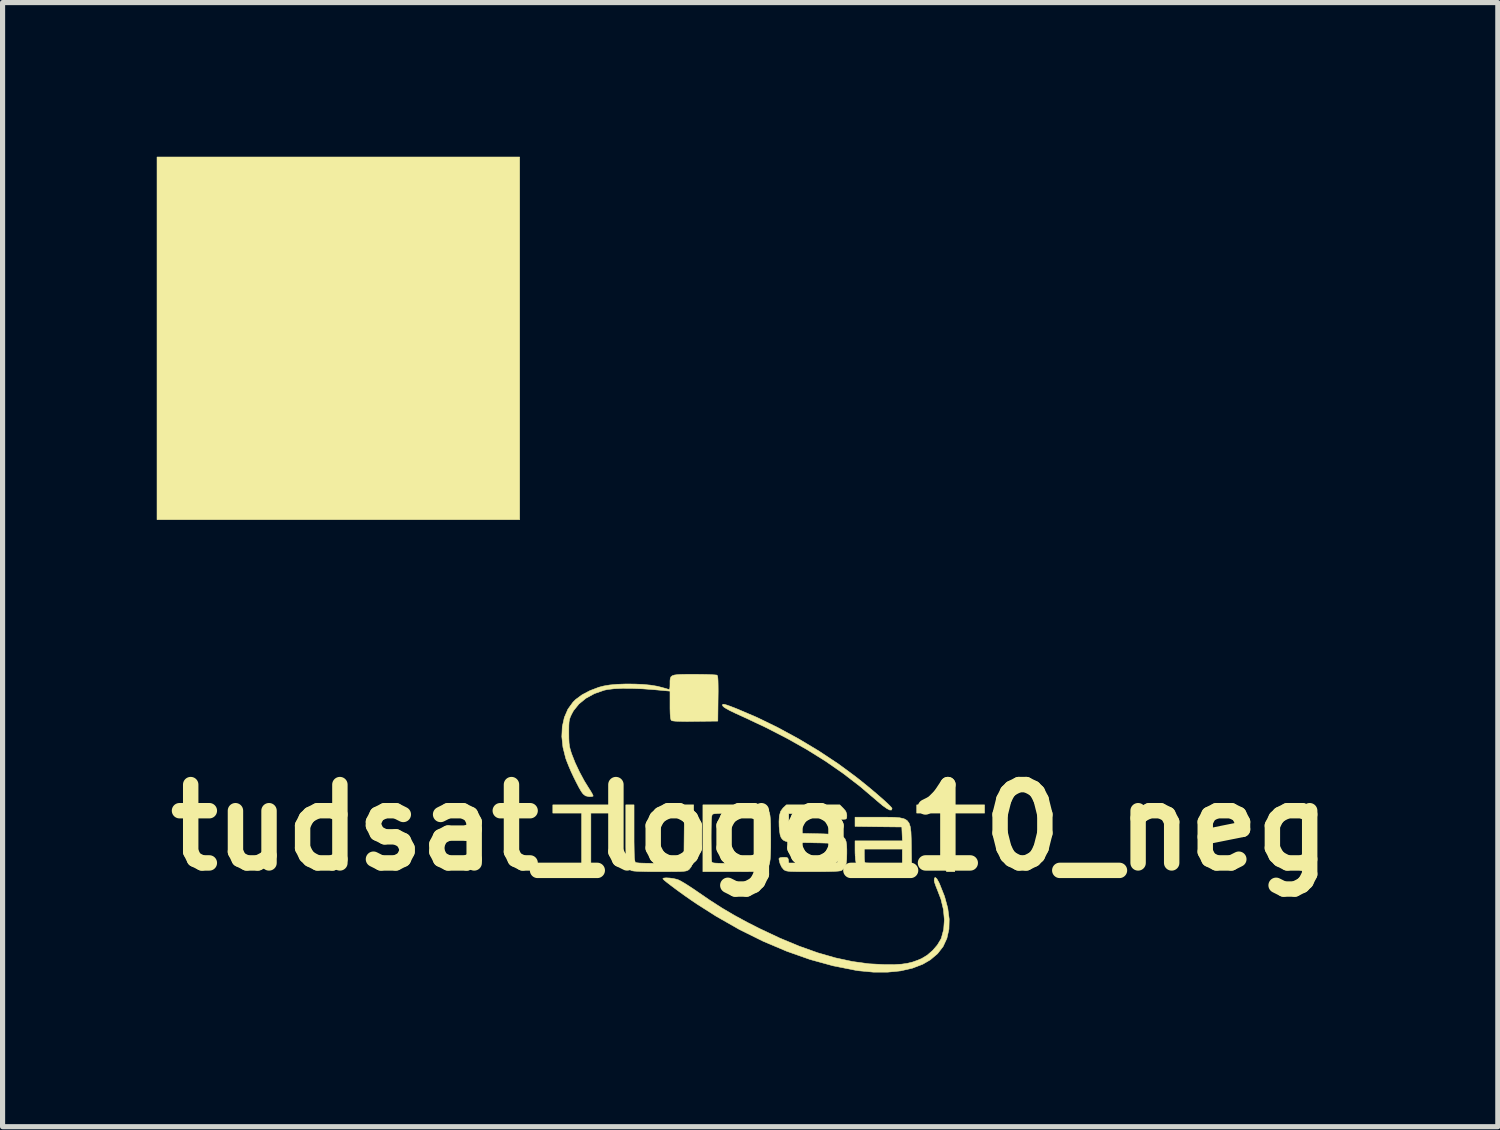
<source format=kicad_pcb>
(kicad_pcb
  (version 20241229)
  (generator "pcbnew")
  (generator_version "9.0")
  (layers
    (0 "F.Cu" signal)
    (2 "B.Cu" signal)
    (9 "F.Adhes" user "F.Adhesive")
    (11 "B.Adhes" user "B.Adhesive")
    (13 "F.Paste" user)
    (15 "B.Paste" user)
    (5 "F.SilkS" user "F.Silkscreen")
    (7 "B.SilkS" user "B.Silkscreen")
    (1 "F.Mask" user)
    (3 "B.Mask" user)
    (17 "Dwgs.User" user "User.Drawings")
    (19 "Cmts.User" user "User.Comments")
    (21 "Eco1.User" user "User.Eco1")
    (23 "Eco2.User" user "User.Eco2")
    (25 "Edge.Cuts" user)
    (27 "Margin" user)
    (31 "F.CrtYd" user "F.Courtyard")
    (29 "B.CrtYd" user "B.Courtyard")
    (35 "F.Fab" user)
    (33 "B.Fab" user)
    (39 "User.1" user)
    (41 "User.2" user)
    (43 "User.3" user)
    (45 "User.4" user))
  (footprint "test"
    (layer "F.Cu")
    (at 3.533 3.533)
    (property "Reference" "test" (at 0 0 0) (layer "F.SilkS") (effects (font (size 1.524 1.524) (thickness 0.3))))
    (attr through_hole)
    (fp_poly (pts (xy 3.528 3.528) (xy -3.528 3.528) (xy -3.528 -3.528) (xy 3.528 -3.528) (xy 3.528 3.528)) (stroke (width 0.01) (type solid)) (fill yes) (layer "F.SilkS")))
  (footprint "tudsat_logo_10_neg"
    (layer "F.Cu")
    (at 11.546 13.05)
    (property "Reference" "tudsat_logo_10_neg" (at 0 0 0) (layer "F.SilkS") (effects (font (size 1.524 1.524) (thickness 0.3))))
    (attr through_hole)
    (fp_poly (pts (xy -2.54 -0.28) (xy -3.1 -0.28) (xy -3.1 0.86) (xy -3.28 0.86) (xy -3.28 -0.28) (xy -3.84 -0.28) (xy -3.84 -0.44) (xy -2.54 -0.44) (xy -2.54 -0.28)) (stroke (width 0.01) (type solid)) (fill yes) (layer "F.SilkS"))
    (fp_poly (pts (xy 4.56 -0.28) (xy 3.98 -0.28) (xy 3.98 0.86) (xy 3.82 0.86) (xy 3.82 -0.28) (xy 3.24 -0.28) (xy 3.24 -0.44) (xy 4.56 -0.44) (xy 4.56 -0.28)) (stroke (width 0.01) (type solid)) (fill yes) (layer "F.SilkS"))
    (fp_poly (pts (xy -0.473 -2.388) (xy -0.408 -2.366) (xy -0.313 -2.33) (xy -0.27 -2.313) (xy 0.127 -2.144) (xy 0.534 -1.946) (xy 0.941 -1.725) (xy 1.338 -1.487) (xy 1.715 -1.237) (xy 2.043 -0.995) (xy 2.165 -0.899) (xy 2.286 -0.801) (xy 2.401 -0.705) (xy 2.507 -0.614) (xy 2.6 -0.533) (xy 2.675 -0.464) (xy 2.729 -0.411) (xy 2.757 -0.378) (xy 2.76 -0.37) (xy 2.749 -0.34) (xy 2.714 -0.34) (xy 2.657 -0.37) (xy 2.574 -0.429) (xy 2.467 -0.519) (xy 2.449 -0.535) (xy 2.136 -0.801) (xy 1.811 -1.051) (xy 1.47 -1.288) (xy 1.108 -1.514) (xy 0.72 -1.733) (xy 0.302 -1.948) (xy -0.151 -2.161) (xy -0.154 -2.162) (xy -0.288 -2.223) (xy -0.39 -2.272) (xy -0.462 -2.311) (xy -0.508 -2.34) (xy -0.533 -2.364) (xy -0.54 -2.383) (xy -0.534 -2.395) (xy -0.514 -2.398) (xy -0.473 -2.388)) (stroke (width 0.01) (type solid)) (fill yes) (layer "F.SilkS"))
    (fp_poly (pts (xy 2.8 -0.198) (xy 2.91 -0.189) (xy 2.993 -0.17) (xy 3.052 -0.136) (xy 3.091 -0.085) (xy 3.115 -0.013) (xy 3.128 0.086) (xy 3.133 0.213) (xy 3.136 0.374) (xy 3.136 0.414) (xy 3.143 0.86) (xy 2.664 0.86) (xy 2.513 0.86) (xy 2.396 0.859) (xy 2.309 0.857) (xy 2.247 0.854) (xy 2.203 0.849) (xy 2.173 0.842) (xy 2.151 0.832) (xy 2.133 0.819) (xy 2.093 0.774) (xy 2.065 0.711) (xy 2.048 0.622) (xy 2.041 0.503) (xy 2.04 0.445) (xy 2.04 0.42) (xy 2.22 0.42) (xy 2.22 0.547) (xy 2.222 0.615) (xy 2.227 0.665) (xy 2.233 0.687) (xy 2.257 0.691) (xy 2.313 0.695) (xy 2.397 0.698) (xy 2.5 0.699) (xy 2.603 0.7) (xy 2.96 0.7) (xy 2.96 0.42) (xy 2.22 0.42) (xy 2.04 0.42) (xy 2.04 0.26) (xy 2.962 0.26) (xy 2.956 0.125) (xy 2.95 -0.01) (xy 2.495 -0.015) (xy 2.04 -0.021) (xy 2.04 -0.2) (xy 2.481 -0.2) (xy 2.658 -0.2) (xy 2.8 -0.198)) (stroke (width 0.01) (type solid)) (fill yes) (layer "F.SilkS"))
    (fp_poly (pts (xy -2.26 0.108) (xy -2.26 0.276) (xy -2.258 0.409) (xy -2.256 0.51) (xy -2.253 0.584) (xy -2.248 0.633) (xy -2.241 0.663) (xy -2.233 0.678) (xy -2.232 0.678) (xy -2.207 0.686) (xy -2.15 0.692) (xy -2.06 0.695) (xy -1.935 0.697) (xy -1.773 0.696) (xy -1.747 0.695) (xy -1.29 0.69) (xy -1.279 -0.44) (xy -1.1 -0.44) (xy -1.1 0.095) (xy -1.101 0.25) (xy -1.103 0.391) (xy -1.107 0.513) (xy -1.111 0.61) (xy -1.116 0.677) (xy -1.121 0.704) (xy -1.149 0.765) (xy -1.189 0.816) (xy -1.193 0.819) (xy -1.211 0.831) (xy -1.232 0.841) (xy -1.261 0.848) (xy -1.303 0.853) (xy -1.363 0.857) (xy -1.447 0.858) (xy -1.559 0.859) (xy -1.703 0.859) (xy -1.768 0.859) (xy -1.943 0.859) (xy -2.081 0.856) (xy -2.185 0.853) (xy -2.258 0.848) (xy -2.303 0.841) (xy -2.321 0.834) (xy -2.349 0.811) (xy -2.371 0.788) (xy -2.388 0.76) (xy -2.4 0.722) (xy -2.409 0.67) (xy -2.415 0.598) (xy -2.418 0.503) (xy -2.42 0.38) (xy -2.42 0.223) (xy -2.42 0.136) (xy -2.42 -0.44) (xy -2.26 -0.44) (xy -2.26 0.108)) (stroke (width 0.01) (type solid)) (fill yes) (layer "F.SilkS"))
    (fp_poly (pts (xy 0.316 -0.381) (xy 0.341 -0.353) (xy 0.361 -0.321) (xy 0.376 -0.281) (xy 0.386 -0.228) (xy 0.393 -0.156) (xy 0.397 -0.059) (xy 0.399 0.067) (xy 0.4 0.227) (xy 0.4 0.23) (xy 0.399 0.393) (xy 0.395 0.52) (xy 0.389 0.618) (xy 0.378 0.692) (xy 0.362 0.745) (xy 0.341 0.784) (xy 0.313 0.814) (xy 0.307 0.819) (xy 0.29 0.831) (xy 0.27 0.84) (xy 0.243 0.847) (xy 0.203 0.852) (xy 0.146 0.856) (xy 0.068 0.858) (xy -0.037 0.859) (xy -0.172 0.86) (xy -0.333 0.86) (xy -0.92 0.86) (xy -0.92 0.201) (xy -0.76 0.201) (xy -0.759 0.33) (xy -0.758 0.448) (xy -0.756 0.546) (xy -0.753 0.62) (xy -0.749 0.662) (xy -0.748 0.669) (xy -0.74 0.679) (xy -0.723 0.687) (xy -0.691 0.692) (xy -0.639 0.695) (xy -0.564 0.697) (xy -0.46 0.697) (xy -0.323 0.696) (xy -0.263 0.695) (xy 0.21 0.69) (xy 0.21 -0.27) (xy -0.247 -0.275) (xy -0.415 -0.277) (xy -0.545 -0.276) (xy -0.64 -0.272) (xy -0.701 -0.267) (xy -0.731 -0.259) (xy -0.732 -0.258) (xy -0.742 -0.242) (xy -0.749 -0.21) (xy -0.754 -0.156) (xy -0.757 -0.076) (xy -0.759 0.034) (xy -0.76 0.179) (xy -0.76 0.201) (xy -0.92 0.201) (xy -0.92 -0.44) (xy 0.257 -0.44) (xy 0.316 -0.381)) (stroke (width 0.01) (type solid)) (fill yes) (layer "F.SilkS"))
    (fp_poly (pts (xy 3.632 0.999) (xy 3.667 1.06) (xy 3.683 1.093) (xy 3.781 1.339) (xy 3.844 1.569) (xy 3.872 1.782) (xy 3.867 1.979) (xy 3.827 2.157) (xy 3.753 2.317) (xy 3.645 2.456) (xy 3.504 2.575) (xy 3.356 2.661) (xy 3.154 2.738) (xy 2.925 2.79) (xy 2.672 2.815) (xy 2.401 2.815) (xy 2.115 2.788) (xy 2.05 2.778) (xy 1.612 2.691) (xy 1.165 2.568) (xy 0.711 2.408) (xy 0.253 2.214) (xy -0.206 1.987) (xy -0.662 1.727) (xy -1.03 1.493) (xy -1.138 1.42) (xy -1.249 1.343) (xy -1.358 1.265) (xy -1.459 1.191) (xy -1.549 1.123) (xy -1.622 1.067) (xy -1.674 1.024) (xy -1.698 0.999) (xy -1.7 0.996) (xy -1.682 0.984) (xy -1.636 0.98) (xy -1.572 0.983) (xy -1.501 0.992) (xy -1.434 1.007) (xy -1.402 1.017) (xy -1.351 1.042) (xy -1.277 1.085) (xy -1.187 1.142) (xy -1.09 1.206) (xy -1.045 1.237) (xy -0.79 1.412) (xy -0.549 1.567) (xy -0.31 1.708) (xy -0.06 1.844) (xy 0.17 1.961) (xy 0.573 2.151) (xy 0.953 2.309) (xy 1.315 2.438) (xy 1.66 2.537) (xy 1.991 2.608) (xy 2.312 2.652) (xy 2.624 2.668) (xy 2.65 2.668) (xy 2.813 2.667) (xy 2.946 2.659) (xy 3.058 2.643) (xy 3.16 2.618) (xy 3.261 2.582) (xy 3.336 2.55) (xy 3.445 2.484) (xy 3.551 2.392) (xy 3.642 2.286) (xy 3.708 2.176) (xy 3.72 2.15) (xy 3.765 1.982) (xy 3.778 1.796) (xy 3.76 1.598) (xy 3.711 1.394) (xy 3.639 1.206) (xy 3.61 1.134) (xy 3.588 1.07) (xy 3.58 1.029) (xy 3.58 1.028) (xy 3.586 0.982) (xy 3.604 0.973) (xy 3.632 0.999)) (stroke (width 0.01) (type solid)) (fill yes) (layer "F.SilkS"))
    (fp_poly (pts (xy 1.812 -0.372) (xy 1.859 -0.316) (xy 1.878 -0.262) (xy 1.88 -0.232) (xy 1.878 -0.186) (xy 1.863 -0.165) (xy 1.825 -0.16) (xy 1.8 -0.16) (xy 1.747 -0.164) (xy 1.724 -0.178) (xy 1.72 -0.198) (xy 1.718 -0.223) (xy 1.707 -0.243) (xy 1.684 -0.257) (xy 1.645 -0.267) (xy 1.584 -0.273) (xy 1.496 -0.276) (xy 1.379 -0.277) (xy 1.226 -0.276) (xy 1.207 -0.275) (xy 0.75 -0.27) (xy 0.75 0.11) (xy 1.24 0.12) (xy 1.417 0.124) (xy 1.557 0.13) (xy 1.666 0.139) (xy 1.747 0.156) (xy 1.805 0.181) (xy 1.843 0.218) (xy 1.865 0.269) (xy 1.876 0.337) (xy 1.88 0.423) (xy 1.88 0.506) (xy 1.877 0.618) (xy 1.868 0.698) (xy 1.849 0.756) (xy 1.819 0.8) (xy 1.781 0.834) (xy 1.758 0.843) (xy 1.709 0.849) (xy 1.631 0.854) (xy 1.523 0.857) (xy 1.379 0.859) (xy 1.228 0.859) (xy 1.069 0.859) (xy 0.946 0.859) (xy 0.852 0.857) (xy 0.783 0.855) (xy 0.735 0.85) (xy 0.702 0.844) (xy 0.678 0.835) (xy 0.66 0.824) (xy 0.653 0.819) (xy 0.612 0.769) (xy 0.579 0.697) (xy 0.561 0.623) (xy 0.56 0.605) (xy 0.579 0.588) (xy 0.634 0.58) (xy 0.649 0.58) (xy 0.704 0.582) (xy 0.731 0.594) (xy 0.742 0.621) (xy 0.744 0.635) (xy 0.75 0.69) (xy 1.207 0.695) (xy 1.375 0.697) (xy 1.505 0.696) (xy 1.6 0.692) (xy 1.661 0.687) (xy 1.691 0.679) (xy 1.692 0.678) (xy 1.707 0.646) (xy 1.717 0.587) (xy 1.721 0.513) (xy 1.719 0.437) (xy 1.712 0.372) (xy 1.7 0.33) (xy 1.695 0.324) (xy 1.666 0.316) (xy 1.6 0.31) (xy 1.501 0.304) (xy 1.371 0.3) (xy 1.213 0.297) (xy 1.19 0.296) (xy 1.03 0.294) (xy 0.905 0.291) (xy 0.81 0.286) (xy 0.74 0.279) (xy 0.69 0.268) (xy 0.655 0.253) (xy 0.63 0.233) (xy 0.609 0.207) (xy 0.6 0.192) (xy 0.583 0.145) (xy 0.571 0.07) (xy 0.563 -0.021) (xy 0.561 -0.116) (xy 0.566 -0.204) (xy 0.569 -0.232) (xy 0.593 -0.316) (xy 0.639 -0.379) (xy 0.644 -0.384) (xy 0.704 -0.44) (xy 1.744 -0.44) (xy 1.812 -0.372)) (stroke (width 0.01) (type solid)) (fill yes) (layer "F.SilkS"))
    (fp_poly (pts (xy -1.084 -2.98) (xy -0.958 -2.979) (xy -0.845 -2.977) (xy -0.751 -2.973) (xy -0.684 -2.969) (xy -0.648 -2.965) (xy -0.645 -2.963) (xy -0.636 -2.948) (xy -0.63 -2.914) (xy -0.626 -2.855) (xy -0.624 -2.768) (xy -0.623 -2.649) (xy -0.625 -2.509) (xy -0.63 -2.07) (xy -1.067 -2.065) (xy -1.232 -2.063) (xy -1.358 -2.065) (xy -1.449 -2.068) (xy -1.506 -2.074) (xy -1.532 -2.082) (xy -1.544 -2.102) (xy -1.552 -2.144) (xy -1.557 -2.211) (xy -1.56 -2.311) (xy -1.56 -2.379) (xy -1.56 -2.653) (xy -1.875 -2.682) (xy -2.093 -2.698) (xy -2.298 -2.706) (xy -2.483 -2.707) (xy -2.644 -2.7) (xy -2.774 -2.685) (xy -2.84 -2.671) (xy -3.03 -2.605) (xy -3.195 -2.515) (xy -3.332 -2.403) (xy -3.438 -2.272) (xy -3.477 -2.2) (xy -3.5 -2.15) (xy -3.515 -2.105) (xy -3.524 -2.054) (xy -3.528 -1.987) (xy -3.529 -1.895) (xy -3.529 -1.84) (xy -3.528 -1.728) (xy -3.524 -1.644) (xy -3.515 -1.575) (xy -3.499 -1.511) (xy -3.476 -1.437) (xy -3.473 -1.43) (xy -3.407 -1.262) (xy -3.322 -1.082) (xy -3.227 -0.905) (xy -3.141 -0.766) (xy -3.099 -0.7) (xy -3.069 -0.647) (xy -3.056 -0.616) (xy -3.056 -0.611) (xy -3.081 -0.603) (xy -3.129 -0.6) (xy -3.134 -0.6) (xy -3.204 -0.616) (xy -3.251 -0.653) (xy -3.285 -0.699) (xy -3.329 -0.774) (xy -3.379 -0.87) (xy -3.433 -0.978) (xy -3.486 -1.091) (xy -3.533 -1.201) (xy -3.572 -1.299) (xy -3.589 -1.346) (xy -3.643 -1.561) (xy -3.665 -1.767) (xy -3.656 -1.961) (xy -3.616 -2.141) (xy -3.547 -2.301) (xy -3.448 -2.438) (xy -3.397 -2.489) (xy -3.271 -2.582) (xy -3.117 -2.663) (xy -2.946 -2.728) (xy -2.85 -2.753) (xy -2.732 -2.773) (xy -2.586 -2.786) (xy -2.424 -2.792) (xy -2.255 -2.791) (xy -2.091 -2.784) (xy -1.942 -2.77) (xy -1.82 -2.75) (xy -1.8 -2.746) (xy -1.719 -2.725) (xy -1.649 -2.706) (xy -1.604 -2.692) (xy -1.595 -2.689) (xy -1.576 -2.686) (xy -1.565 -2.701) (xy -1.561 -2.742) (xy -1.56 -2.796) (xy -1.56 -2.854) (xy -1.555 -2.898) (xy -1.542 -2.931) (xy -1.515 -2.953) (xy -1.471 -2.967) (xy -1.403 -2.975) (xy -1.308 -2.979) (xy -1.18 -2.98) (xy -1.084 -2.98)) (stroke (width 0.01) (type solid)) (fill yes) (layer "F.SilkS")))
  (gr_rect
    (start -3 -3)
    (end 26.092 18.871)
    (stroke (width 0.1) (type default))
    (fill no)
    (layer "Edge.Cuts")))
</source>
